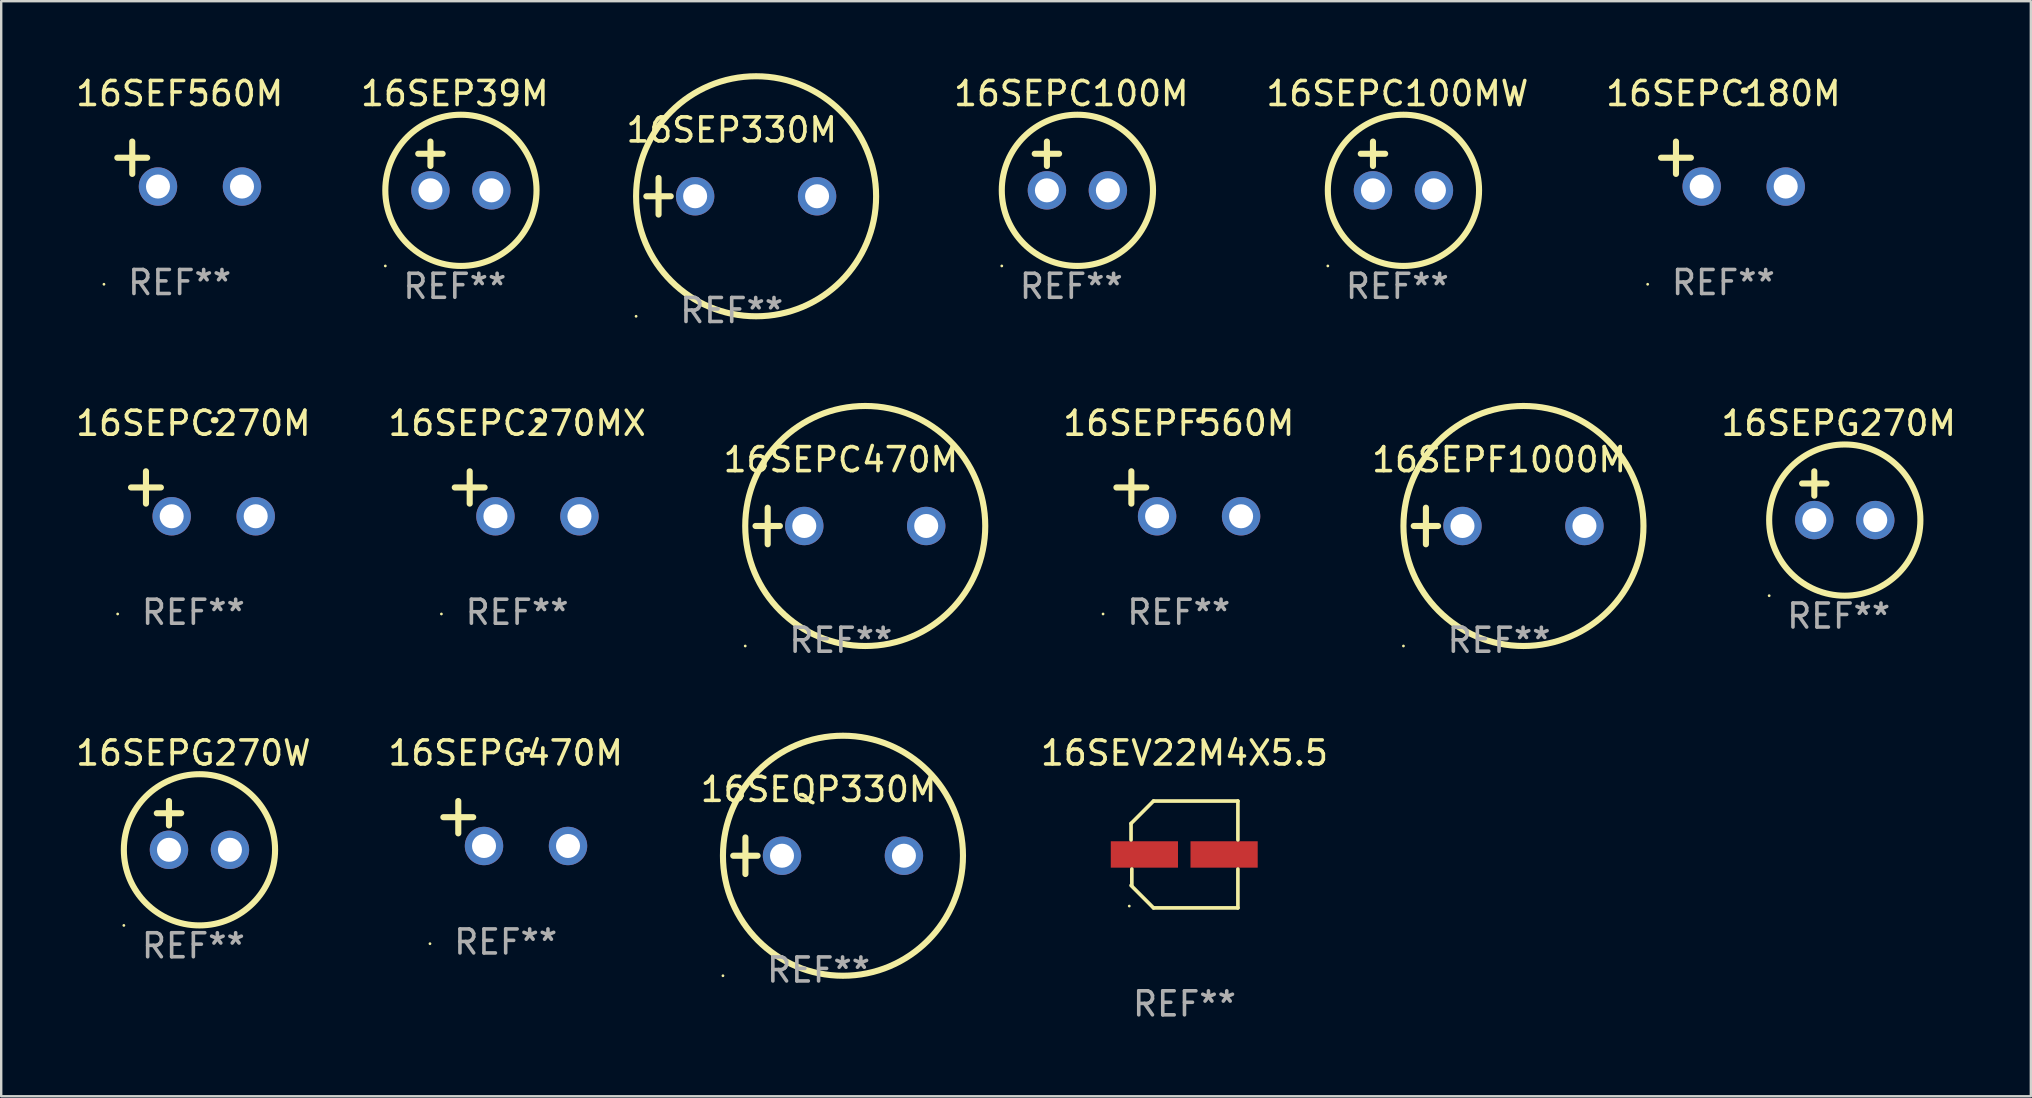
<source format=kicad_pcb>
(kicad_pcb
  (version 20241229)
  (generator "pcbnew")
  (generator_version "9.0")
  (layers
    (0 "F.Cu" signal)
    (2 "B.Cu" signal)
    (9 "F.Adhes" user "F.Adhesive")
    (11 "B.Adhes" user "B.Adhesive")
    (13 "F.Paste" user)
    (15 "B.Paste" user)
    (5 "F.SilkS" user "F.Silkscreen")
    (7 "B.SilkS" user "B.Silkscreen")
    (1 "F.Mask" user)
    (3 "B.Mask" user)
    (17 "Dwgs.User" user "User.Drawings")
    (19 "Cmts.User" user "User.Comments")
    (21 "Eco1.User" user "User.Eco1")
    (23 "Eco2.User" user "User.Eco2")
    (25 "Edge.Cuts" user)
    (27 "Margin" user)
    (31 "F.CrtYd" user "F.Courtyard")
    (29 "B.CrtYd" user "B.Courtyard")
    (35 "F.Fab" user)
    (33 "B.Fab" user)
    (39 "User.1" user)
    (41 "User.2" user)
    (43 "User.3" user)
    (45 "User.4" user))
  (footprint "16SEPF560M"
    (layer "F.Cu")
    (at 46.06 17.522)
    (property "Reference" "16SEPF560M" (at 0 -2.937 0) (layer "F.SilkS") (effects (font (size 1 1) (thickness 0.15))))
    (attr through_hole)
    (fp_line (start -1.975 0.41) (end -1.975 -0.937) (stroke (width 0.254) (type solid)) (layer "F.SilkS"))
    (fp_line (start -1.353 -0.263) (end -2.597 -0.263) (stroke (width 0.254) (type solid)) (layer "F.SilkS"))
    (fp_arc (start 0.849809 -3.063957) (mid 0.885369 -3.064114) (end 0.920929 -3.063957) (stroke (width 0.254001) (type solid)) (layer "F.SilkS"))
    (fp_circle (center -3.154 5.008) (end -3.124 5.008) (stroke (width 0.06) (type solid)) (fill no) (layer "F.SilkS"))
    (fp_text user "REF**" (at 0 4.937 0) (layer "F.Fab") (effects (font (size 1 1) (thickness 0.15))))
    (pad "1" thru_hole circle (at -0.903 0.937) (size 1.6 1.6) (drill 1) (layers "*.Cu" "*.Mask"))
    (pad "2" thru_hole circle (at 2.597 0.937) (size 1.6 1.6) (drill 1) (layers "*.Cu" "*.Mask")))
  (footprint "16SEV22M4X5.5"
    (layer "F.Cu")
    (at 46.298 32.549)
    (property "Reference" "16SEV22M4X5.5" (at 0 -4.226 0) (layer "F.SilkS") (effects (font (size 1 1) (thickness 0.15))))
    (attr through_hole)
    (fp_line (start -2.226 -1.29) (end -2.226 -0.607) (stroke (width 0.152) (type solid)) (layer "F.SilkS"))
    (fp_line (start -2.193 1.29) (end -2.193 0.607) (stroke (width 0.152) (type solid)) (layer "F.SilkS"))
    (fp_line (start -1.29 2.226) (end -2.226 1.29) (stroke (width 0.152) (type solid)) (layer "F.SilkS"))
    (fp_line (start -1.29 -2.226) (end -2.226 -1.29) (stroke (width 0.152) (type solid)) (layer "F.SilkS"))
    (fp_line (start 2.226 -2.226) (end -1.29 -2.226) (stroke (width 0.152) (type solid)) (layer "F.SilkS"))
    (fp_line (start 2.226 -0.607) (end 2.226 -2.226) (stroke (width 0.152) (type solid)) (layer "F.SilkS"))
    (fp_line (start 2.226 0.607) (end 2.226 2.226) (stroke (width 0.152) (type solid)) (layer "F.SilkS"))
    (fp_line (start 2.226 2.226) (end -1.29 2.226) (stroke (width 0.152) (type solid)) (layer "F.SilkS"))
    (fp_circle (center -2.3 2.15) (end -2.27 2.15) (stroke (width 0.06) (type solid)) (fill no) (layer "F.SilkS"))
    (fp_text user "REF**" (at 0 6.226 0) (layer "F.Fab") (effects (font (size 1 1) (thickness 0.15))))
    (pad "1" smd rect (at -1.67 -0.000025) (size 2.8 1.1) (layers "F.Cu" "F.Mask" "F.Paste"))
    (pad "2" smd rect (at 1.651 -0.000025) (size 2.8 1.1) (layers "F.Cu" "F.Mask" "F.Paste")))
  (footprint "16SEPC100M"
    (layer "F.Cu")
    (at 41.583 3.864)
    (property "Reference" "16SEPC100M" (at 0 -3.016 0) (layer "F.SilkS") (effects (font (size 1 1) (thickness 0.15))))
    (attr through_hole)
    (fp_line (start -1.524 -0.508) (end -0.508 -0.508) (stroke (width 0.254) (type solid)) (layer "F.SilkS"))
    (fp_line (start -1.016 -1.016) (end -1.016 0) (stroke (width 0.254) (type solid)) (layer "F.SilkS"))
    (fp_circle (center -2.896 4.166) (end -2.866 4.166) (stroke (width 0.06) (type solid)) (fill no) (layer "F.SilkS"))
    (fp_circle (center 0.254 1.016) (end 3.404 1.016) (stroke (width 0.254) (type solid)) (fill no) (layer "F.SilkS"))
    (fp_text user "REF**" (at 0 5.016 0) (layer "F.Fab") (effects (font (size 1 1) (thickness 0.15))))
    (pad "1" thru_hole circle (at -1.016 1.016) (size 1.6 1.6) (drill 1) (layers "*.Cu" "*.Mask"))
    (pad "2" thru_hole circle (at 1.524 1.016) (size 1.6 1.6) (drill 1) (layers "*.Cu" "*.Mask")))
  (footprint "16SEPF1000M"
    (layer "F.Cu")
    (at 59.405 18.864)
    (property "Reference" "16SEPF1000M" (at 0 -2.762 0) (layer "F.SilkS") (effects (font (size 1 1) (thickness 0.15))))
    (attr through_hole)
    (fp_line (start -3.556 0) (end -2.54 0) (stroke (width 0.254) (type solid)) (layer "F.SilkS"))
    (fp_line (start -3.048 -0.762) (end -3.048 0.762) (stroke (width 0.254) (type solid)) (layer "F.SilkS"))
    (fp_circle (center -3.984 5) (end -3.954 5) (stroke (width 0.06) (type solid)) (fill no) (layer "F.SilkS"))
    (fp_circle (center 1.016 0) (end 6.016 0) (stroke (width 0.254) (type solid)) (fill no) (layer "F.SilkS"))
    (fp_text user "REF**" (at 0 4.762 0) (layer "F.Fab") (effects (font (size 1 1) (thickness 0.15))))
    (pad "1" thru_hole circle (at -1.524 0) (size 1.6 1.6) (drill 1) (layers "*.Cu" "*.Mask"))
    (pad "2" thru_hole circle (at 3.556 0) (size 1.6 1.6) (drill 1) (layers "*.Cu" "*.Mask")))
  (footprint "16SEF560M"
    (layer "F.Cu")
    (at 4.435 3.785)
    (property "Reference" "16SEF560M" (at 0 -2.937 0) (layer "F.SilkS") (effects (font (size 1 1) (thickness 0.15))))
    (attr through_hole)
    (fp_line (start -1.975 0.41) (end -1.975 -0.937) (stroke (width 0.254) (type solid)) (layer "F.SilkS"))
    (fp_line (start -1.353 -0.263) (end -2.597 -0.263) (stroke (width 0.254) (type solid)) (layer "F.SilkS"))
    (fp_arc (start 0.849809 -3.063957) (mid 0.885369 -3.064114) (end 0.920929 -3.063957) (stroke (width 0.254001) (type solid)) (layer "F.SilkS"))
    (fp_circle (center -3.154 5.008) (end -3.124 5.008) (stroke (width 0.06) (type solid)) (fill no) (layer "F.SilkS"))
    (fp_text user "REF**" (at 0 4.937 0) (layer "F.Fab") (effects (font (size 1 1) (thickness 0.15))))
    (pad "1" thru_hole circle (at -0.903 0.937) (size 1.6 1.6) (drill 1) (layers "*.Cu" "*.Mask"))
    (pad "2" thru_hole circle (at 2.597 0.937) (size 1.6 1.6) (drill 1) (layers "*.Cu" "*.Mask")))
  (footprint "16SEPG470M"
    (layer "F.Cu")
    (at 18.018 31.259)
    (property "Reference" "16SEPG470M" (at 0 -2.937 0) (layer "F.SilkS") (effects (font (size 1 1) (thickness 0.15))))
    (attr through_hole)
    (fp_line (start -1.975 0.41) (end -1.975 -0.937) (stroke (width 0.254) (type solid)) (layer "F.SilkS"))
    (fp_line (start -1.353 -0.263) (end -2.597 -0.263) (stroke (width 0.254) (type solid)) (layer "F.SilkS"))
    (fp_arc (start 0.849809 -3.063957) (mid 0.885369 -3.064114) (end 0.920929 -3.063957) (stroke (width 0.254001) (type solid)) (layer "F.SilkS"))
    (fp_circle (center -3.154 5.008) (end -3.124 5.008) (stroke (width 0.06) (type solid)) (fill no) (layer "F.SilkS"))
    (fp_text user "REF**" (at 0 4.937 0) (layer "F.Fab") (effects (font (size 1 1) (thickness 0.15))))
    (pad "1" thru_hole circle (at -0.903 0.937) (size 1.6 1.6) (drill 1) (layers "*.Cu" "*.Mask"))
    (pad "2" thru_hole circle (at 2.597 0.937) (size 1.6 1.6) (drill 1) (layers "*.Cu" "*.Mask")))
  (footprint "16SEPC470M"
    (layer "F.Cu")
    (at 31.982 18.864)
    (property "Reference" "16SEPC470M" (at 0 -2.762 0) (layer "F.SilkS") (effects (font (size 1 1) (thickness 0.15))))
    (attr through_hole)
    (fp_line (start -3.556 0) (end -2.54 0) (stroke (width 0.254) (type solid)) (layer "F.SilkS"))
    (fp_line (start -3.048 -0.762) (end -3.048 0.762) (stroke (width 0.254) (type solid)) (layer "F.SilkS"))
    (fp_circle (center -3.984 5) (end -3.954 5) (stroke (width 0.06) (type solid)) (fill no) (layer "F.SilkS"))
    (fp_circle (center 1.016 0) (end 6.016 0) (stroke (width 0.254) (type solid)) (fill no) (layer "F.SilkS"))
    (fp_text user "REF**" (at 0 4.762 0) (layer "F.Fab") (effects (font (size 1 1) (thickness 0.15))))
    (pad "1" thru_hole circle (at -1.524 0) (size 1.6 1.6) (drill 1) (layers "*.Cu" "*.Mask"))
    (pad "2" thru_hole circle (at 3.556 0) (size 1.6 1.6) (drill 1) (layers "*.Cu" "*.Mask")))
  (footprint "16SEQP330M"
    (layer "F.Cu")
    (at 31.054 32.602)
    (property "Reference" "16SEQP330M" (at 0 -2.762 0) (layer "F.SilkS") (effects (font (size 1 1) (thickness 0.15))))
    (attr through_hole)
    (fp_line (start -3.556 0) (end -2.54 0) (stroke (width 0.254) (type solid)) (layer "F.SilkS"))
    (fp_line (start -3.048 -0.762) (end -3.048 0.762) (stroke (width 0.254) (type solid)) (layer "F.SilkS"))
    (fp_circle (center -3.984 5) (end -3.954 5) (stroke (width 0.06) (type solid)) (fill no) (layer "F.SilkS"))
    (fp_circle (center 1.016 0) (end 6.016 0) (stroke (width 0.254) (type solid)) (fill no) (layer "F.SilkS"))
    (fp_text user "REF**" (at 0 4.762 0) (layer "F.Fab") (effects (font (size 1 1) (thickness 0.15))))
    (pad "1" thru_hole circle (at -1.524 0) (size 1.6 1.6) (drill 1) (layers "*.Cu" "*.Mask"))
    (pad "2" thru_hole circle (at 3.556 0) (size 1.6 1.6) (drill 1) (layers "*.Cu" "*.Mask")))
  (footprint "16SEPG270M"
    (layer "F.Cu")
    (at 73.554 17.602)
    (property "Reference" "16SEPG270M" (at 0 -3.016 0) (layer "F.SilkS") (effects (font (size 1 1) (thickness 0.15))))
    (attr through_hole)
    (fp_line (start -1.524 -0.508) (end -0.508 -0.508) (stroke (width 0.254) (type solid)) (layer "F.SilkS"))
    (fp_line (start -1.016 -1.016) (end -1.016 0) (stroke (width 0.254) (type solid)) (layer "F.SilkS"))
    (fp_circle (center -2.896 4.166) (end -2.866 4.166) (stroke (width 0.06) (type solid)) (fill no) (layer "F.SilkS"))
    (fp_circle (center 0.254 1.016) (end 3.404 1.016) (stroke (width 0.254) (type solid)) (fill no) (layer "F.SilkS"))
    (fp_text user "REF**" (at 0 5.016 0) (layer "F.Fab") (effects (font (size 1 1) (thickness 0.15))))
    (pad "1" thru_hole circle (at -1.016 1.016) (size 1.6 1.6) (drill 1) (layers "*.Cu" "*.Mask"))
    (pad "2" thru_hole circle (at 1.524 1.016) (size 1.6 1.6) (drill 1) (layers "*.Cu" "*.Mask")))
  (footprint "16SEPC100MW"
    (layer "F.Cu")
    (at 55.167 3.864)
    (property "Reference" "16SEPC100MW" (at 0 -3.016 0) (layer "F.SilkS") (effects (font (size 1 1) (thickness 0.15))))
    (attr through_hole)
    (fp_line (start -1.524 -0.508) (end -0.508 -0.508) (stroke (width 0.254) (type solid)) (layer "F.SilkS"))
    (fp_line (start -1.016 -1.016) (end -1.016 0) (stroke (width 0.254) (type solid)) (layer "F.SilkS"))
    (fp_circle (center -2.896 4.166) (end -2.866 4.166) (stroke (width 0.06) (type solid)) (fill no) (layer "F.SilkS"))
    (fp_circle (center 0.254 1.016) (end 3.404 1.016) (stroke (width 0.254) (type solid)) (fill no) (layer "F.SilkS"))
    (fp_text user "REF**" (at 0 5.016 0) (layer "F.Fab") (effects (font (size 1 1) (thickness 0.15))))
    (pad "1" thru_hole circle (at -1.016 1.016) (size 1.6 1.6) (drill 1) (layers "*.Cu" "*.Mask"))
    (pad "2" thru_hole circle (at 1.524 1.016) (size 1.6 1.6) (drill 1) (layers "*.Cu" "*.Mask")))
  (footprint "16SEPG270W"
    (layer "F.Cu")
    (at 5.006 31.339)
    (property "Reference" "16SEPG270W" (at 0 -3.016 0) (layer "F.SilkS") (effects (font (size 1 1) (thickness 0.15))))
    (attr through_hole)
    (fp_line (start -1.524 -0.508) (end -0.508 -0.508) (stroke (width 0.254) (type solid)) (layer "F.SilkS"))
    (fp_line (start -1.016 -1.016) (end -1.016 0) (stroke (width 0.254) (type solid)) (layer "F.SilkS"))
    (fp_circle (center -2.896 4.166) (end -2.866 4.166) (stroke (width 0.06) (type solid)) (fill no) (layer "F.SilkS"))
    (fp_circle (center 0.254 1.016) (end 3.404 1.016) (stroke (width 0.254) (type solid)) (fill no) (layer "F.SilkS"))
    (fp_text user "REF**" (at 0 5.016 0) (layer "F.Fab") (effects (font (size 1 1) (thickness 0.15))))
    (pad "1" thru_hole circle (at -1.016 1.016) (size 1.6 1.6) (drill 1) (layers "*.Cu" "*.Mask"))
    (pad "2" thru_hole circle (at 1.524 1.016) (size 1.6 1.6) (drill 1) (layers "*.Cu" "*.Mask")))
  (footprint "16SEP39M"
    (layer "F.Cu")
    (at 15.899 3.864)
    (property "Reference" "16SEP39M" (at 0 -3.016 0) (layer "F.SilkS") (effects (font (size 1 1) (thickness 0.15))))
    (attr through_hole)
    (fp_line (start -1.524 -0.508) (end -0.508 -0.508) (stroke (width 0.254) (type solid)) (layer "F.SilkS"))
    (fp_line (start -1.016 -1.016) (end -1.016 0) (stroke (width 0.254) (type solid)) (layer "F.SilkS"))
    (fp_circle (center -2.896 4.166) (end -2.866 4.166) (stroke (width 0.06) (type solid)) (fill no) (layer "F.SilkS"))
    (fp_circle (center 0.254 1.016) (end 3.404 1.016) (stroke (width 0.254) (type solid)) (fill no) (layer "F.SilkS"))
    (fp_text user "REF**" (at 0 5.016 0) (layer "F.Fab") (effects (font (size 1 1) (thickness 0.15))))
    (pad "1" thru_hole circle (at -1.016 1.016) (size 1.6 1.6) (drill 1) (layers "*.Cu" "*.Mask"))
    (pad "2" thru_hole circle (at 1.524 1.016) (size 1.6 1.6) (drill 1) (layers "*.Cu" "*.Mask")))
  (footprint "16SEP330M"
    (layer "F.Cu")
    (at 27.435 5.127)
    (property "Reference" "16SEP330M" (at 0 -2.762 0) (layer "F.SilkS") (effects (font (size 1 1) (thickness 0.15))))
    (attr through_hole)
    (fp_line (start -3.556 0) (end -2.54 0) (stroke (width 0.254) (type solid)) (layer "F.SilkS"))
    (fp_line (start -3.048 -0.762) (end -3.048 0.762) (stroke (width 0.254) (type solid)) (layer "F.SilkS"))
    (fp_circle (center -3.984 5) (end -3.954 5) (stroke (width 0.06) (type solid)) (fill no) (layer "F.SilkS"))
    (fp_circle (center 1.016 0) (end 6.016 0) (stroke (width 0.254) (type solid)) (fill no) (layer "F.SilkS"))
    (fp_text user "REF**" (at 0 4.762 0) (layer "F.Fab") (effects (font (size 1 1) (thickness 0.15))))
    (pad "1" thru_hole circle (at -1.524 0) (size 1.6 1.6) (drill 1) (layers "*.Cu" "*.Mask"))
    (pad "2" thru_hole circle (at 3.556 0) (size 1.6 1.6) (drill 1) (layers "*.Cu" "*.Mask")))
  (footprint "16SEPC270MX"
    (layer "F.Cu")
    (at 18.494 17.522)
    (property "Reference" "16SEPC270MX" (at 0 -2.937 0) (layer "F.SilkS") (effects (font (size 1 1) (thickness 0.15))))
    (attr through_hole)
    (fp_line (start -1.975 0.41) (end -1.975 -0.937) (stroke (width 0.254) (type solid)) (layer "F.SilkS"))
    (fp_line (start -1.353 -0.263) (end -2.597 -0.263) (stroke (width 0.254) (type solid)) (layer "F.SilkS"))
    (fp_arc (start 0.849809 -3.063957) (mid 0.885369 -3.064114) (end 0.920929 -3.063957) (stroke (width 0.254001) (type solid)) (layer "F.SilkS"))
    (fp_circle (center -3.154 5.008) (end -3.124 5.008) (stroke (width 0.06) (type solid)) (fill no) (layer "F.SilkS"))
    (fp_text user "REF**" (at 0 4.937 0) (layer "F.Fab") (effects (font (size 1 1) (thickness 0.15))))
    (pad "1" thru_hole circle (at -0.903 0.937) (size 1.6 1.6) (drill 1) (layers "*.Cu" "*.Mask"))
    (pad "2" thru_hole circle (at 2.597 0.937) (size 1.6 1.6) (drill 1) (layers "*.Cu" "*.Mask")))
  (footprint "16SEPC270M"
    (layer "F.Cu")
    (at 5.006 17.522)
    (property "Reference" "16SEPC270M" (at 0 -2.937 0) (layer "F.SilkS") (effects (font (size 1 1) (thickness 0.15))))
    (attr through_hole)
    (fp_line (start -1.975 0.41) (end -1.975 -0.937) (stroke (width 0.254) (type solid)) (layer "F.SilkS"))
    (fp_line (start -1.353 -0.263) (end -2.597 -0.263) (stroke (width 0.254) (type solid)) (layer "F.SilkS"))
    (fp_arc (start 0.849809 -3.063957) (mid 0.885369 -3.064114) (end 0.920929 -3.063957) (stroke (width 0.254001) (type solid)) (layer "F.SilkS"))
    (fp_circle (center -3.154 5.008) (end -3.124 5.008) (stroke (width 0.06) (type solid)) (fill no) (layer "F.SilkS"))
    (fp_text user "REF**" (at 0 4.937 0) (layer "F.Fab") (effects (font (size 1 1) (thickness 0.15))))
    (pad "1" thru_hole circle (at -0.903 0.937) (size 1.6 1.6) (drill 1) (layers "*.Cu" "*.Mask"))
    (pad "2" thru_hole circle (at 2.597 0.937) (size 1.6 1.6) (drill 1) (layers "*.Cu" "*.Mask")))
  (footprint "16SEPC180M"
    (layer "F.Cu")
    (at 68.75 3.785)
    (property "Reference" "16SEPC180M" (at 0 -2.937 0) (layer "F.SilkS") (effects (font (size 1 1) (thickness 0.15))))
    (attr through_hole)
    (fp_line (start -1.975 0.41) (end -1.975 -0.937) (stroke (width 0.254) (type solid)) (layer "F.SilkS"))
    (fp_line (start -1.353 -0.263) (end -2.597 -0.263) (stroke (width 0.254) (type solid)) (layer "F.SilkS"))
    (fp_arc (start 0.849809 -3.063957) (mid 0.885369 -3.064114) (end 0.920929 -3.063957) (stroke (width 0.254001) (type solid)) (layer "F.SilkS"))
    (fp_circle (center -3.154 5.008) (end -3.124 5.008) (stroke (width 0.06) (type solid)) (fill no) (layer "F.SilkS"))
    (fp_text user "REF**" (at 0 4.937 0) (layer "F.Fab") (effects (font (size 1 1) (thickness 0.15))))
    (pad "1" thru_hole circle (at -0.903 0.937) (size 1.6 1.6) (drill 1) (layers "*.Cu" "*.Mask"))
    (pad "2" thru_hole circle (at 2.597 0.937) (size 1.6 1.6) (drill 1) (layers "*.Cu" "*.Mask")))
  (gr_rect
    (start -3 -3)
    (end 81.56 42.623)
    (stroke (width 0.1) (type default))
    (fill no)
    (layer "Edge.Cuts")))
</source>
